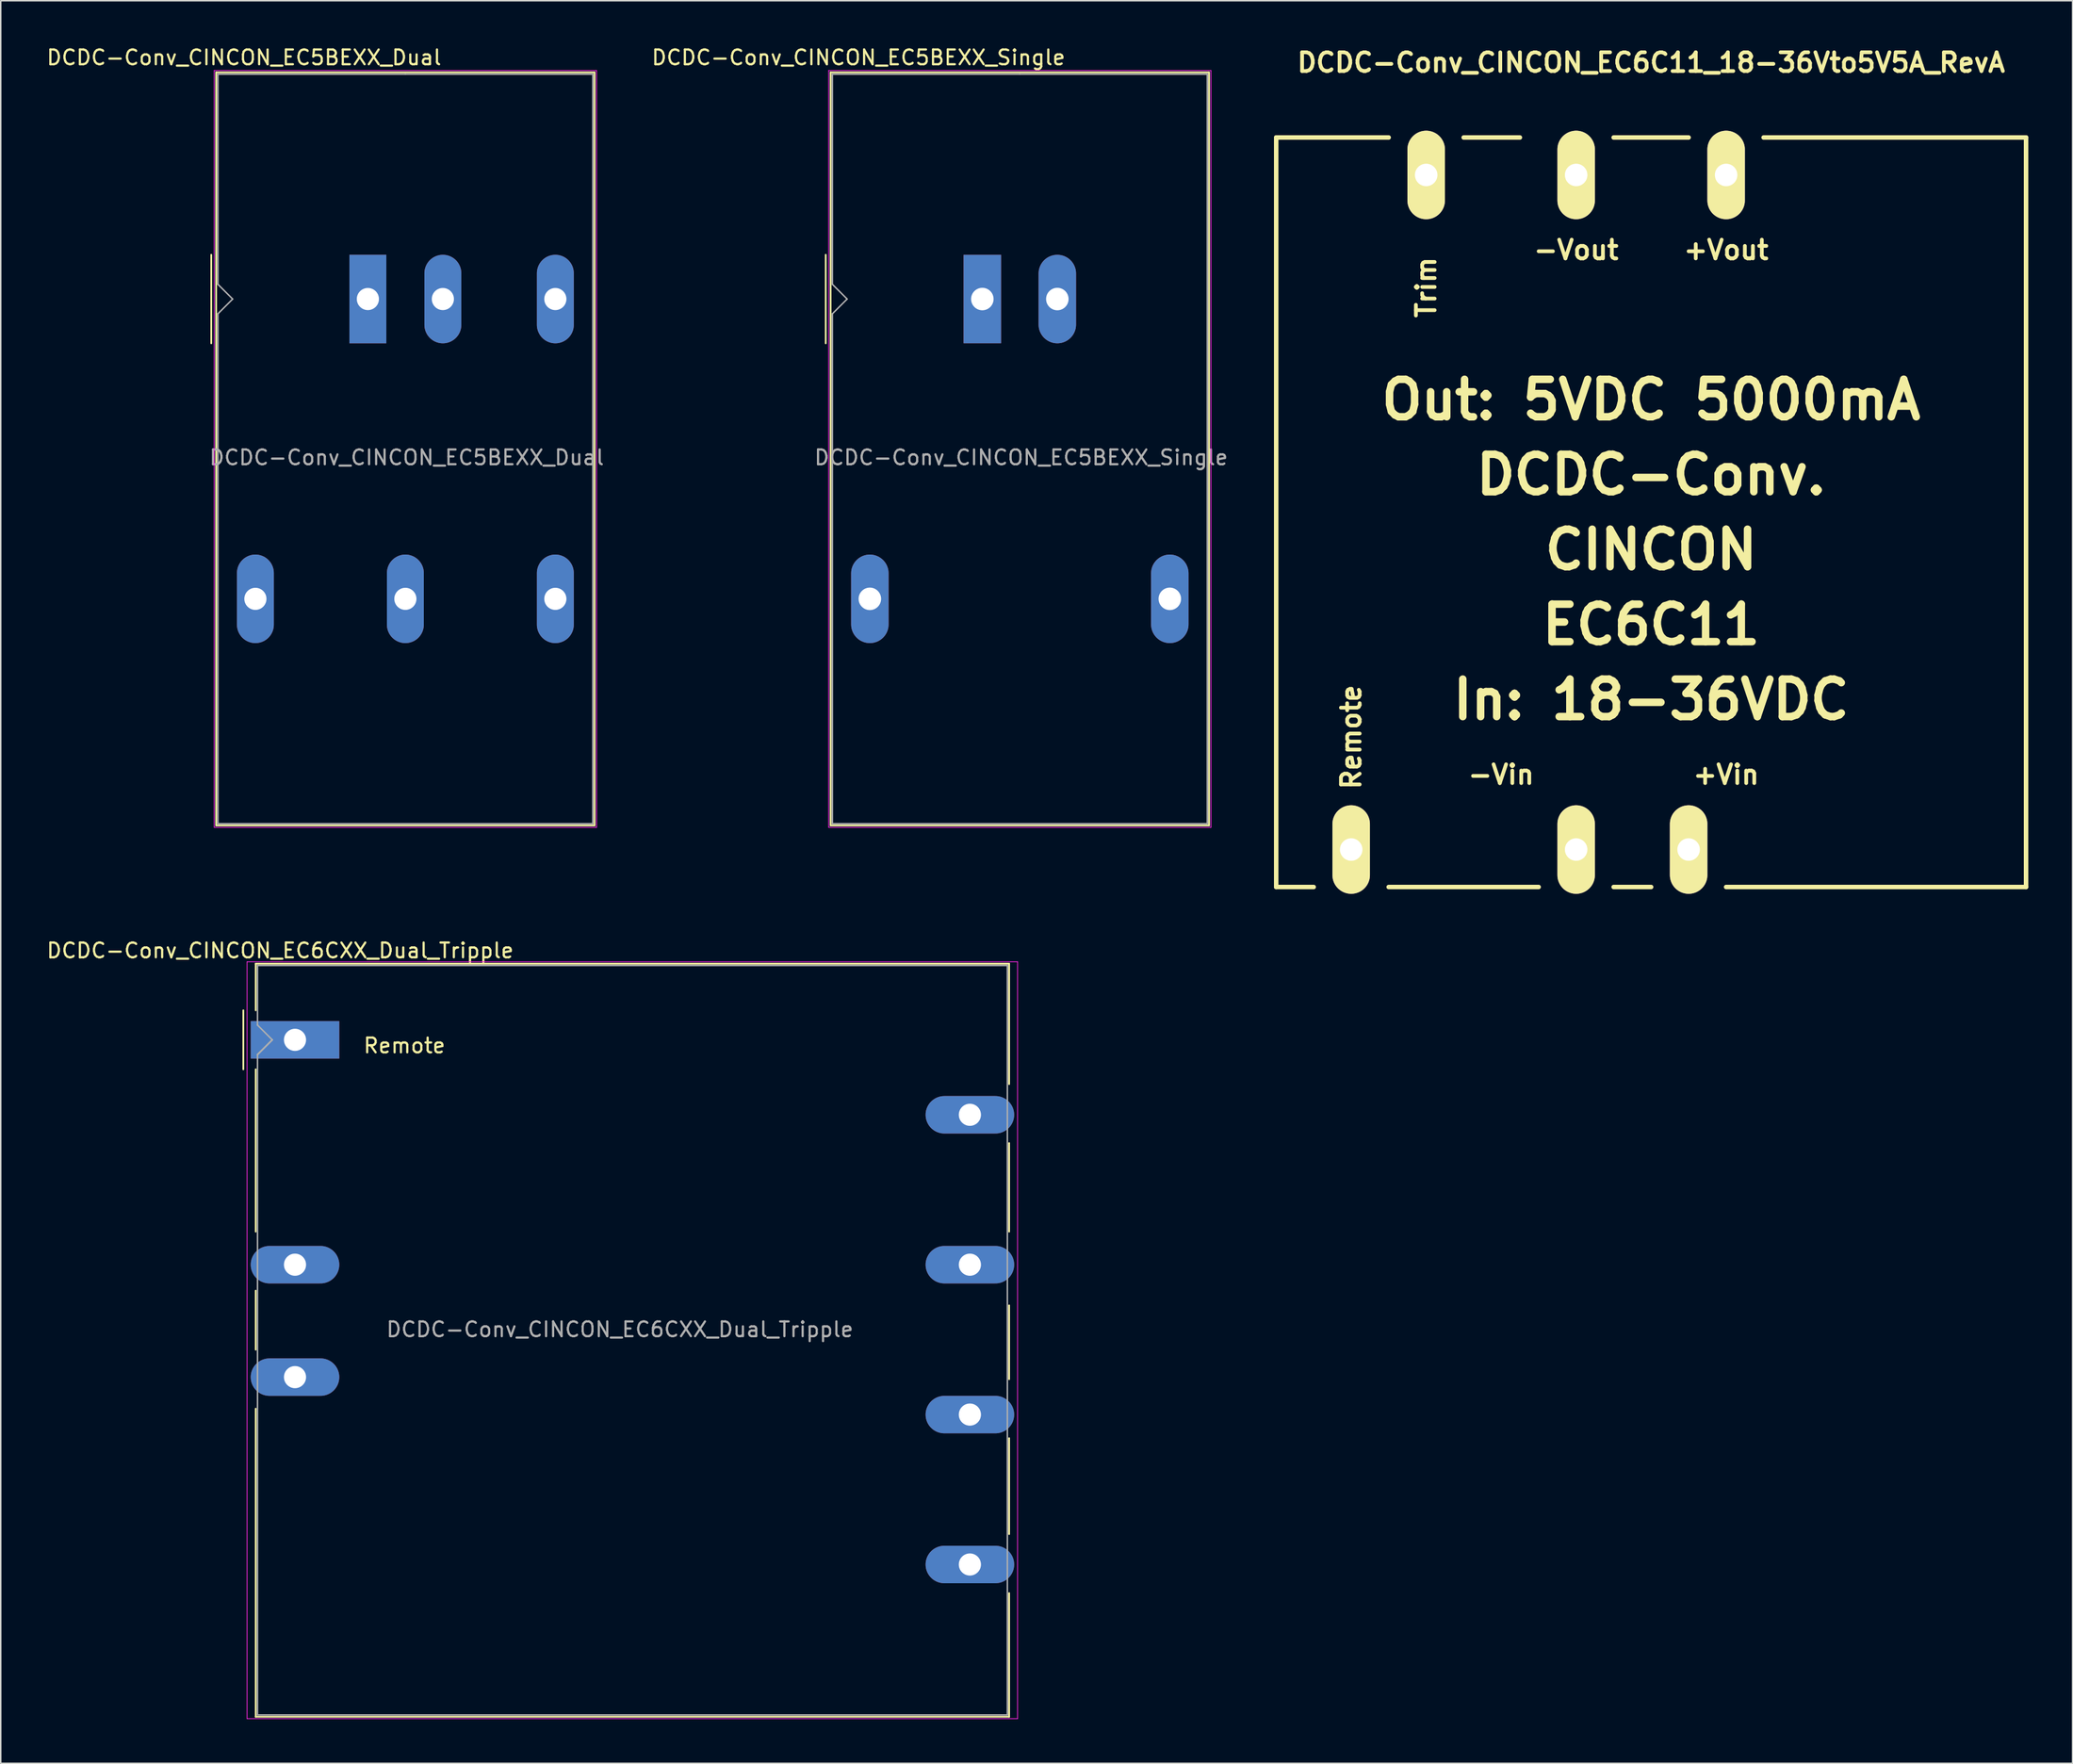
<source format=kicad_pcb>
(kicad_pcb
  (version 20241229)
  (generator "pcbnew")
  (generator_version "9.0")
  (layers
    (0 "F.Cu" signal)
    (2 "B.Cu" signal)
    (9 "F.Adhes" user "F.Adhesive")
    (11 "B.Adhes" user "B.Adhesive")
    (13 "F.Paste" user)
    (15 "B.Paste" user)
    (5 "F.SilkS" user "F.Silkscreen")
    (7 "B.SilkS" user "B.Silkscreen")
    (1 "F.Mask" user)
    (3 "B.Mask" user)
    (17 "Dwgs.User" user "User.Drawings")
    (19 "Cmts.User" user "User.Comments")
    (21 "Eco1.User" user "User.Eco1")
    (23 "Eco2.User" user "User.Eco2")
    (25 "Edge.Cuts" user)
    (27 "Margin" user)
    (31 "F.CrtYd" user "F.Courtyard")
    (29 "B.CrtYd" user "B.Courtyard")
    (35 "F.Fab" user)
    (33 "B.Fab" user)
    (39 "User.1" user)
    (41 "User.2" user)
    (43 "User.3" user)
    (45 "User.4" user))
  (footprint "DCDC-Conv_CINCON_EC5BEXX_Single"
    (layer "F.Cu")
    (at 63.499 17.218)
    (property "Reference" "DCDC-Conv_CINCON_EC5BEXX_Single" (at -8.39 -16.37 180) (layer "F.SilkS") (effects (font (size 1 1) (thickness 0.15))))
    (attr through_hole)
    (fp_line (start -10.61 -3) (end -10.61 3) (stroke (width 0.12) (type solid)) (layer "F.SilkS"))
    (fp_line (start -10.28 -15.36) (end 15.36 -15.36) (stroke (width 0.12) (type solid)) (layer "F.SilkS"))
    (fp_line (start -10.28 35.68) (end -10.28 -15.36) (stroke (width 0.12) (type solid)) (layer "F.SilkS"))
    (fp_line (start 15.36 -15.36) (end 15.36 35.68) (stroke (width 0.12) (type solid)) (layer "F.SilkS"))
    (fp_line (start 15.36 35.68) (end -10.28 35.68) (stroke (width 0.12) (type solid)) (layer "F.SilkS"))
    (fp_line (start -10.41 -15.49) (end 15.49 -15.49) (stroke (width 0.05) (type solid)) (layer "F.CrtYd"))
    (fp_line (start -10.41 35.8) (end -10.41 -15.49) (stroke (width 0.05) (type solid)) (layer "F.CrtYd"))
    (fp_line (start -10.41 35.81) (end 15.49 35.81) (stroke (width 0.05) (type solid)) (layer "F.CrtYd"))
    (fp_line (start 15.49 35.81) (end 15.49 -15.49) (stroke (width 0.05) (type solid)) (layer "F.CrtYd"))
    (fp_line (start -10.16 -1) (end -10.16 -15.24) (stroke (width 0.1) (type solid)) (layer "F.Fab"))
    (fp_line (start -10.16 1) (end -10.16 35.56) (stroke (width 0.1) (type solid)) (layer "F.Fab"))
    (fp_line (start -10.16 1) (end -9.16 0) (stroke (width 0.1) (type solid)) (layer "F.Fab"))
    (fp_line (start -10.16 35.56) (end 15.24 35.56) (stroke (width 0.1) (type solid)) (layer "F.Fab"))
    (fp_line (start -9.16 0) (end -10.16 -1) (stroke (width 0.1) (type solid)) (layer "F.Fab"))
    (fp_line (start 2.54 -15.24) (end -10.16 -15.24) (stroke (width 0.1) (type solid)) (layer "F.Fab"))
    (fp_line (start 15.24 -15.24) (end 2.54 -15.24) (stroke (width 0.1) (type solid)) (layer "F.Fab"))
    (fp_line (start 15.24 35.56) (end 15.24 -15.24) (stroke (width 0.1) (type solid)) (layer "F.Fab"))
    (fp_text user "${REFERENCE}" (at 2.63 10.74 0) (layer "F.Fab") (effects (font (size 1 1) (thickness 0.15))))
    (pad "1" thru_hole rect (at 0 0 90) (size 5.994 2.54) (drill 1.524) (layers "*.Cu" "*.Mask"))
    (pad "2" thru_hole oval (at 5.08 0 90) (size 6 2.54) (drill 1.524) (layers "*.Cu" "*.Mask"))
    (pad "3" thru_hole oval (at -7.62 20.32 90) (size 6 2.54) (drill 1.524) (layers "*.Cu" "*.Mask"))
    (pad "5" thru_hole oval (at 12.7 20.32 90) (size 6 2.54) (drill 1.524) (layers "*.Cu" "*.Mask")))
  (footprint "DCDC-Conv_CINCON_EC6CXX_Dual_Tripple"
    (layer "F.Cu")
    (at 16.935 67.427)
    (property "Reference" "DCDC-Conv_CINCON_EC6CXX_Dual_Tripple" (at -1 -6.05 0) (layer "F.SilkS") (effects (font (size 1 1) (thickness 0.15))))
    (attr through_hole)
    (fp_line (start -3.5 -2) (end -3.5 2) (stroke (width 0.12) (type solid)) (layer "F.SilkS"))
    (fp_line (start -2.66 -5.16) (end 48.38 -5.16) (stroke (width 0.12) (type solid)) (layer "F.SilkS"))
    (fp_line (start -2.66 -2) (end -2.66 -5.16) (stroke (width 0.12) (type solid)) (layer "F.SilkS"))
    (fp_line (start -2.66 2) (end -2.66 13) (stroke (width 0.12) (type solid)) (layer "F.SilkS"))
    (fp_line (start -2.66 17) (end -2.66 21) (stroke (width 0.12) (type solid)) (layer "F.SilkS"))
    (fp_line (start -2.66 25) (end -2.66 45.88) (stroke (width 0.12) (type solid)) (layer "F.SilkS"))
    (fp_line (start 48.38 -5.16) (end 48.38 3) (stroke (width 0.12) (type solid)) (layer "F.SilkS"))
    (fp_line (start 48.38 7) (end 48.38 13) (stroke (width 0.12) (type solid)) (layer "F.SilkS"))
    (fp_line (start 48.38 18) (end 48.38 23) (stroke (width 0.12) (type solid)) (layer "F.SilkS"))
    (fp_line (start 48.38 27) (end 48.38 33.5) (stroke (width 0.12) (type solid)) (layer "F.SilkS"))
    (fp_line (start 48.38 45.88) (end -2.66 45.88) (stroke (width 0.12) (type solid)) (layer "F.SilkS"))
    (fp_line (start 48.38 45.88) (end 48.38 37.5) (stroke (width 0.12) (type solid)) (layer "F.SilkS"))
    (fp_line (start -3.25 -5.29) (end -3.25 46.01) (stroke (width 0.05) (type solid)) (layer "F.CrtYd"))
    (fp_line (start -3.25 -5.29) (end 48.95 -5.29) (stroke (width 0.05) (type solid)) (layer "F.CrtYd"))
    (fp_line (start -3.25 46.01) (end 48.95 46.01) (stroke (width 0.05) (type solid)) (layer "F.CrtYd"))
    (fp_line (start 48.95 -5.29) (end 48.95 46.01) (stroke (width 0.05) (type solid)) (layer "F.CrtYd"))
    (fp_line (start -2.54 -5.04) (end 48.26 -5.04) (stroke (width 0.1) (type solid)) (layer "F.Fab"))
    (fp_line (start -2.54 -1) (end -2.54 -5.04) (stroke (width 0.1) (type solid)) (layer "F.Fab"))
    (fp_line (start -2.54 -1) (end -1.54 0) (stroke (width 0.1) (type solid)) (layer "F.Fab"))
    (fp_line (start -2.54 45.76) (end -2.54 1) (stroke (width 0.1) (type solid)) (layer "F.Fab"))
    (fp_line (start -1.54 0) (end -2.54 1) (stroke (width 0.12) (type solid)) (layer "F.Fab"))
    (fp_line (start 48.26 45.76) (end -2.54 45.76) (stroke (width 0.1) (type solid)) (layer "F.Fab"))
    (fp_line (start 48.26 45.76) (end 48.26 -5.04) (stroke (width 0.1) (type solid)) (layer "F.Fab"))
    (fp_text user "Remote" (at 7.414 0.391 0) (layer "F.SilkS") (effects (font (size 1 1) (thickness 0.15))))
    (fp_text user "${REFERENCE}" (at 22.01 19.63 0) (layer "F.Fab") (effects (font (size 1 1) (thickness 0.15))))
    (pad "1" thru_hole rect (at 0 0) (size 5.999 2.54) (drill 1.5) (layers "*.Cu" "*.Mask"))
    (pad "3" thru_hole oval (at 0 15.24) (size 6 2.54) (drill 1.5) (layers "*.Cu" "*.Mask"))
    (pad "4" thru_hole oval (at 0 22.86) (size 6 2.54) (drill 1.5) (layers "*.Cu" "*.Mask"))
    (pad "5" thru_hole oval (at 45.72 5.08) (size 5.999 2.54) (drill 1.5) (layers "*.Cu" "*.Mask"))
    (pad "6" thru_hole oval (at 45.72 15.24) (size 6 2.54) (drill 1.5) (layers "*.Cu" "*.Mask"))
    (pad "7" thru_hole oval (at 45.72 25.4) (size 6 2.54) (drill 1.5) (layers "*.Cu" "*.Mask"))
    (pad "13" thru_hole oval (at 45.72 35.56) (size 6 2.54) (drill 1.5) (layers "*.Cu" "*.Mask")))
  (footprint "DCDC-Conv_CINCON_EC5BEXX_Dual"
    (layer "F.Cu")
    (at 21.872 17.218)
    (property "Reference" "DCDC-Conv_CINCON_EC5BEXX_Dual" (at -8.39 -16.37 180) (layer "F.SilkS") (effects (font (size 1 1) (thickness 0.15))))
    (attr through_hole)
    (fp_line (start -10.61 -3) (end -10.61 3) (stroke (width 0.12) (type solid)) (layer "F.SilkS"))
    (fp_line (start -10.28 -15.36) (end 15.36 -15.36) (stroke (width 0.12) (type solid)) (layer "F.SilkS"))
    (fp_line (start -10.28 35.68) (end -10.28 -15.36) (stroke (width 0.12) (type solid)) (layer "F.SilkS"))
    (fp_line (start 15.36 -15.36) (end 15.36 35.68) (stroke (width 0.12) (type solid)) (layer "F.SilkS"))
    (fp_line (start 15.36 35.68) (end -10.28 35.68) (stroke (width 0.12) (type solid)) (layer "F.SilkS"))
    (fp_line (start -10.41 -15.49) (end 15.49 -15.49) (stroke (width 0.05) (type solid)) (layer "F.CrtYd"))
    (fp_line (start -10.41 35.8) (end -10.41 -15.49) (stroke (width 0.05) (type solid)) (layer "F.CrtYd"))
    (fp_line (start -10.41 35.81) (end 15.49 35.81) (stroke (width 0.05) (type solid)) (layer "F.CrtYd"))
    (fp_line (start 15.49 35.81) (end 15.49 -15.49) (stroke (width 0.05) (type solid)) (layer "F.CrtYd"))
    (fp_line (start -10.16 -1) (end -10.16 -15.24) (stroke (width 0.1) (type solid)) (layer "F.Fab"))
    (fp_line (start -10.16 1) (end -10.16 35.56) (stroke (width 0.1) (type solid)) (layer "F.Fab"))
    (fp_line (start -10.16 1) (end -9.16 0) (stroke (width 0.1) (type solid)) (layer "F.Fab"))
    (fp_line (start -10.16 35.56) (end 15.24 35.56) (stroke (width 0.1) (type solid)) (layer "F.Fab"))
    (fp_line (start -9.16 0) (end -10.16 -1) (stroke (width 0.1) (type solid)) (layer "F.Fab"))
    (fp_line (start 2.54 -15.24) (end -10.16 -15.24) (stroke (width 0.1) (type solid)) (layer "F.Fab"))
    (fp_line (start 15.24 -15.24) (end 2.54 -15.24) (stroke (width 0.1) (type solid)) (layer "F.Fab"))
    (fp_line (start 15.24 35.56) (end 15.24 -15.24) (stroke (width 0.1) (type solid)) (layer "F.Fab"))
    (fp_text user "${REFERENCE}" (at 2.63 10.74 0) (layer "F.Fab") (effects (font (size 1 1) (thickness 0.15))))
    (pad "1" thru_hole rect (at 0 0 90) (size 6 2.5) (drill 1.5) (layers "*.Cu" "*.Mask"))
    (pad "2" thru_hole oval (at 5.08 0 90) (size 6 2.5) (drill 1.5) (layers "*.Cu" "*.Mask"))
    (pad "3" thru_hole oval (at -7.62 20.32 90) (size 6 2.5) (drill 1.5) (layers "*.Cu" "*.Mask"))
    (pad "4" thru_hole oval (at 2.54 20.32 90) (size 6 2.5) (drill 1.5) (layers "*.Cu" "*.Mask"))
    (pad "5" thru_hole oval (at 12.7 20.32 90) (size 6 2.5) (drill 1.5) (layers "*.Cu" "*.Mask"))
    (pad "6" thru_hole oval (at 12.7 0 90) (size 6 2.5) (drill 1.5) (layers "*.Cu" "*.Mask")))
  (footprint "DCDC-Conv_CINCON_EC6C11_18-36Vto5V5A_RevA"
    (layer "F.Cu")
    (at 108.807 31.669)
    (property "Reference" "DCDC-Conv_CINCON_EC6C11_18-36Vto5V5A_RevA" (at 0 -30.48 0) (layer "F.SilkS") (effects (font (size 1.27 1.27) (thickness 0.254))))
    (attr through_hole)
    (fp_line (start -25.4 25.4) (end -25.4 -25.4) (stroke (width 0.305) (type solid)) (layer "F.SilkS"))
    (fp_line (start -22.86 25.4) (end -25.4 25.4) (stroke (width 0.305) (type solid)) (layer "F.SilkS"))
    (fp_line (start -17.78 -25.4) (end -25.4 -25.4) (stroke (width 0.305) (type solid)) (layer "F.SilkS"))
    (fp_line (start -8.89 -25.4) (end -12.7 -25.4) (stroke (width 0.305) (type solid)) (layer "F.SilkS"))
    (fp_line (start -7.62 25.4) (end -17.78 25.4) (stroke (width 0.305) (type solid)) (layer "F.SilkS"))
    (fp_line (start 0 25.4) (end -2.54 25.4) (stroke (width 0.305) (type solid)) (layer "F.SilkS"))
    (fp_line (start 2.54 -25.4) (end -2.54 -25.4) (stroke (width 0.305) (type solid)) (layer "F.SilkS"))
    (fp_line (start 25.4 -25.4) (end 7.62 -25.4) (stroke (width 0.305) (type solid)) (layer "F.SilkS"))
    (fp_line (start 25.4 -25.4) (end 25.4 25.4) (stroke (width 0.305) (type solid)) (layer "F.SilkS"))
    (fp_line (start 25.4 25.4) (end 5.08 25.4) (stroke (width 0.305) (type solid)) (layer "F.SilkS"))
    (fp_text user "In: 18-36VDC" (at 0 12.7 0) (layer "F.SilkS") (effects (font (size 2.54 2.54) (thickness 0.508))))
    (fp_text user "-Vin" (at -10.16 17.78 0) (layer "F.SilkS") (effects (font (size 1.27 1.27) (thickness 0.254))))
    (fp_text user "-Vout" (at -5.08 -17.78 0) (layer "F.SilkS") (effects (font (size 1.27 1.27) (thickness 0.254))))
    (fp_text user "EC6C11" (at 0 7.62 0) (layer "F.SilkS") (effects (font (size 2.54 2.54) (thickness 0.508))))
    (fp_text user "Out: 5VDC 5000mA" (at 0 -7.62 0) (layer "F.SilkS") (effects (font (size 2.54 2.54) (thickness 0.508))))
    (fp_text user "+Vin" (at 5.08 17.78 0) (layer "F.SilkS") (effects (font (size 1.27 1.27) (thickness 0.254))))
    (fp_text user "DCDC-Conv." (at 0 -2.54 0) (layer "F.SilkS") (effects (font (size 2.54 2.54) (thickness 0.508))))
    (fp_text user "Trim" (at -15.24 -15.24 90) (layer "F.SilkS") (effects (font (size 1.27 1.27) (thickness 0.254))))
    (fp_text user "Remote" (at -20.32 15.24 90) (layer "F.SilkS") (effects (font (size 1.27 1.27) (thickness 0.254))))
    (fp_text user "CINCON" (at 0 2.54 0) (layer "F.SilkS") (effects (font (size 2.54 2.54) (thickness 0.508))))
    (fp_text user "+Vout" (at 5.08 -17.78 0) (layer "F.SilkS") (effects (font (size 1.27 1.27) (thickness 0.254))))
    (pad "1" thru_hole oval (at -20.32 22.86) (size 2.54 5.999) (drill 1.524) (layers "*.Cu" "*.Mask" "F.SilkS"))
    (pad "3" thru_hole oval (at -5.08 22.86) (size 2.54 5.999) (drill 1.524) (layers "*.Cu" "*.Mask" "F.SilkS"))
    (pad "4" thru_hole oval (at 2.54 22.86) (size 2.54 5.999) (drill 1.524) (layers "*.Cu" "*.Mask" "F.SilkS"))
    (pad "5" thru_hole oval (at -15.24 -22.86) (size 2.54 5.999) (drill 1.524) (layers "*.Cu" "*.Mask" "F.SilkS"))
    (pad "6" thru_hole oval (at -5.08 -22.86) (size 2.54 5.999) (drill 1.524) (layers "*.Cu" "*.Mask" "F.SilkS"))
    (pad "7" thru_hole oval (at 5.08 -22.86) (size 2.54 5.999) (drill 1.524) (layers "*.Cu" "*.Mask" "F.SilkS")))
  (gr_rect
    (start -3 -3)
    (end 137.359 116.462)
    (stroke (width 0.1) (type default))
    (fill no)
    (layer "Edge.Cuts")))
</source>
